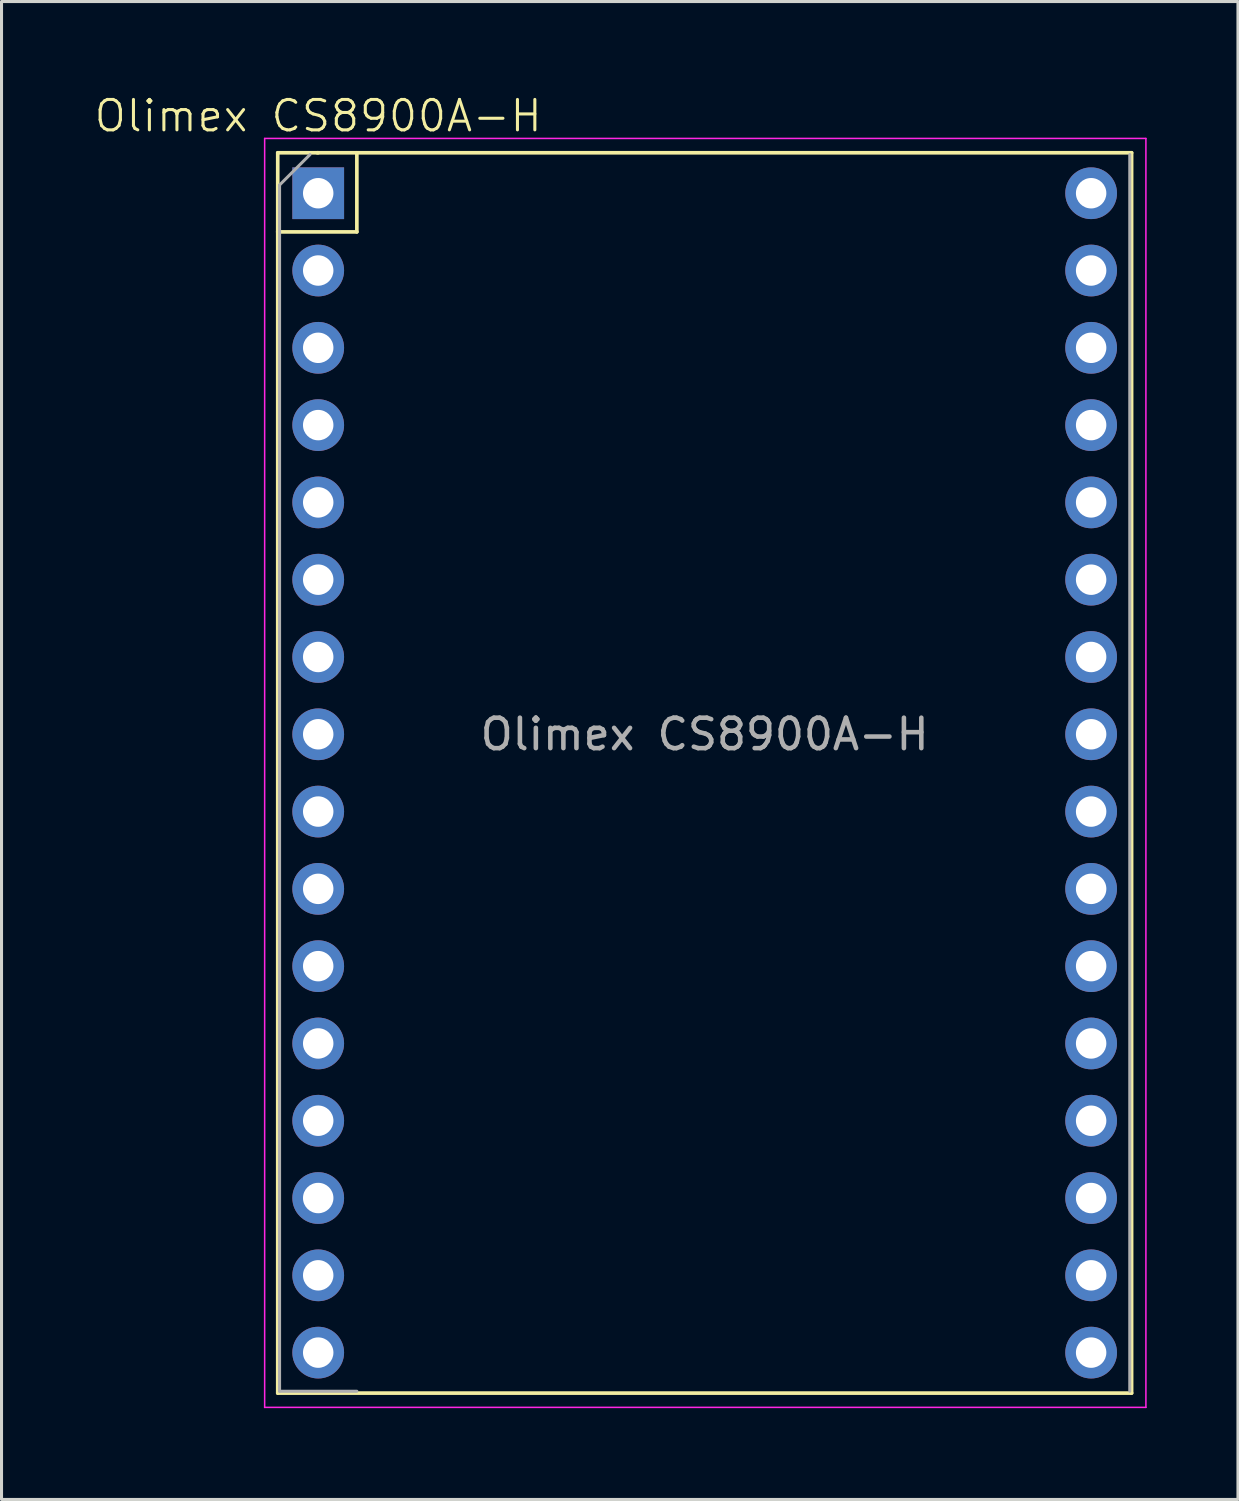
<source format=kicad_pcb>
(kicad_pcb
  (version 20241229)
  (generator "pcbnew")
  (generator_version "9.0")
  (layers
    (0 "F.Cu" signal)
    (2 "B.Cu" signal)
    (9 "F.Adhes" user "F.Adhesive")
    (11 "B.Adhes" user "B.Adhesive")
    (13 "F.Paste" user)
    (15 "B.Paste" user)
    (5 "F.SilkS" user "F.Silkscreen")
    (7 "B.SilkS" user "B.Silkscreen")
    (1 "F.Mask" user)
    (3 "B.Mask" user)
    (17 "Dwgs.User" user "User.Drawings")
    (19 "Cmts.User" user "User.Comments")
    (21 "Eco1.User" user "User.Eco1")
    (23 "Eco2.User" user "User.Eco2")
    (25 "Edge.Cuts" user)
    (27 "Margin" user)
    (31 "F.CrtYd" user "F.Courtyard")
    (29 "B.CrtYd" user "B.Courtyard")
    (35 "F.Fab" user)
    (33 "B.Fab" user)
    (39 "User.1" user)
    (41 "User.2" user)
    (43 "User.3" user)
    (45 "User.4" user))
  (footprint "Olimex CS8900A-H"
    (layer "F.Cu")
    (at 7.407 3.3)
    (property "Reference" "Olimex CS8900A-H" (at 0 -2.54 0) (unlocked yes) (layer "F.SilkS") (effects (font (size 1 1) (thickness 0.1))))
    (attr through_hole)
    (fp_line (start -1.33 -1.33) (end -1.33 1.27) (stroke (width 0.12) (type solid)) (layer "F.SilkS"))
    (fp_line (start -1.33 1.27) (end -1.33 39.43) (stroke (width 0.12) (type solid)) (layer "F.SilkS"))
    (fp_line (start -1.33 39.43) (end 26.73 39.43) (stroke (width 0.12) (type solid)) (layer "F.SilkS"))
    (fp_line (start -0.03 -1.33) (end 26.73 -1.33) (stroke (width 0.12) (type solid)) (layer "F.SilkS"))
    (fp_line (start 0 -1.33) (end -1.33 -1.33) (stroke (width 0.12) (type solid)) (layer "F.SilkS"))
    (fp_line (start 1.27 -1.33) (end 1.27 1.27) (stroke (width 0.12) (type solid)) (layer "F.SilkS"))
    (fp_line (start 1.27 1.27) (end -1.33 1.27) (stroke (width 0.12) (type solid)) (layer "F.SilkS"))
    (fp_line (start 26.73 -1.33) (end 26.73 39.43) (stroke (width 0.12) (type solid)) (layer "F.SilkS"))
    (fp_line (start -1.76 -1.8) (end -1.76 39.9) (stroke (width 0.05) (type solid)) (layer "F.CrtYd"))
    (fp_line (start -1.76 -1.8) (end 27.2 -1.8) (stroke (width 0.05) (type solid)) (layer "F.CrtYd"))
    (fp_line (start 27.2 39.9) (end -1.76 39.9) (stroke (width 0.05) (type solid)) (layer "F.CrtYd"))
    (fp_line (start 27.2 39.9) (end 27.2 -1.8) (stroke (width 0.05) (type solid)) (layer "F.CrtYd"))
    (fp_line (start -1.27 -0.27) (end -1.27 39.37) (stroke (width 0.1) (type solid)) (layer "F.Fab"))
    (fp_line (start -0.27 -1.27) (end -1.27 -0.27) (stroke (width 0.1) (type solid)) (layer "F.Fab"))
    (fp_line (start 1.27 39.37) (end -1.27 39.37) (stroke (width 0.1) (type solid)) (layer "F.Fab"))
    (fp_line (start 26.67 39.37) (end 26.67 -1.27) (stroke (width 0.1) (type solid)) (layer "F.Fab"))
    (fp_text user "${REFERENCE}" (at 12.7 17.78 0) (unlocked yes) (layer "F.Fab") (effects (font (size 1 1) (thickness 0.15))))
    (pad "1a" thru_hole rect (at 0 0) (size 1.7 1.7) (drill 1) (layers "*.Cu" "*.Mask"))
    (pad "1b" thru_hole oval (at 25.4 38.1) (size 1.7 1.7) (drill 1) (layers "*.Cu" "*.Mask"))
    (pad "2a" thru_hole oval (at 0 2.54) (size 1.7 1.7) (drill 1) (layers "*.Cu" "*.Mask"))
    (pad "2b" thru_hole oval (at 25.4 35.56) (size 1.7 1.7) (drill 1) (layers "*.Cu" "*.Mask"))
    (pad "3a" thru_hole oval (at 0 5.08) (size 1.7 1.7) (drill 1) (layers "*.Cu" "*.Mask"))
    (pad "3b" thru_hole oval (at 25.4 33.02) (size 1.7 1.7) (drill 1) (layers "*.Cu" "*.Mask"))
    (pad "4a" thru_hole oval (at 0 7.62) (size 1.7 1.7) (drill 1) (layers "*.Cu" "*.Mask"))
    (pad "4b" thru_hole oval (at 25.4 30.48) (size 1.7 1.7) (drill 1) (layers "*.Cu" "*.Mask"))
    (pad "5a" thru_hole oval (at 0 10.16) (size 1.7 1.7) (drill 1) (layers "*.Cu" "*.Mask"))
    (pad "5b" thru_hole oval (at 25.4 27.94) (size 1.7 1.7) (drill 1) (layers "*.Cu" "*.Mask"))
    (pad "6a" thru_hole oval (at 0 12.7) (size 1.7 1.7) (drill 1) (layers "*.Cu" "*.Mask"))
    (pad "6b" thru_hole oval (at 25.4 25.4) (size 1.7 1.7) (drill 1) (layers "*.Cu" "*.Mask"))
    (pad "7a" thru_hole oval (at 0 15.24) (size 1.7 1.7) (drill 1) (layers "*.Cu" "*.Mask"))
    (pad "7b" thru_hole oval (at 25.4 22.86) (size 1.7 1.7) (drill 1) (layers "*.Cu" "*.Mask"))
    (pad "8a" thru_hole oval (at 0 17.78) (size 1.7 1.7) (drill 1) (layers "*.Cu" "*.Mask"))
    (pad "8b" thru_hole oval (at 25.4 20.32) (size 1.7 1.7) (drill 1) (layers "*.Cu" "*.Mask"))
    (pad "9a" thru_hole oval (at 0 20.32) (size 1.7 1.7) (drill 1) (layers "*.Cu" "*.Mask"))
    (pad "9b" thru_hole oval (at 25.4 17.78) (size 1.7 1.7) (drill 1) (layers "*.Cu" "*.Mask"))
    (pad "10a" thru_hole oval (at 0 22.86) (size 1.7 1.7) (drill 1) (layers "*.Cu" "*.Mask"))
    (pad "10b" thru_hole oval (at 25.4 15.24) (size 1.7 1.7) (drill 1) (layers "*.Cu" "*.Mask"))
    (pad "11a" thru_hole oval (at 0 25.4) (size 1.7 1.7) (drill 1) (layers "*.Cu" "*.Mask"))
    (pad "11b" thru_hole oval (at 25.4 12.7) (size 1.7 1.7) (drill 1) (layers "*.Cu" "*.Mask"))
    (pad "12a" thru_hole oval (at 0 27.94) (size 1.7 1.7) (drill 1) (layers "*.Cu" "*.Mask"))
    (pad "12b" thru_hole oval (at 25.4 10.16) (size 1.7 1.7) (drill 1) (layers "*.Cu" "*.Mask"))
    (pad "13a" thru_hole oval (at 0 30.48) (size 1.7 1.7) (drill 1) (layers "*.Cu" "*.Mask"))
    (pad "13b" thru_hole oval (at 25.4 7.62) (size 1.7 1.7) (drill 1) (layers "*.Cu" "*.Mask"))
    (pad "14a" thru_hole oval (at 0 33.02) (size 1.7 1.7) (drill 1) (layers "*.Cu" "*.Mask"))
    (pad "14b" thru_hole oval (at 25.4 5.08) (size 1.7 1.7) (drill 1) (layers "*.Cu" "*.Mask"))
    (pad "15a" thru_hole oval (at 0 35.56) (size 1.7 1.7) (drill 1) (layers "*.Cu" "*.Mask"))
    (pad "15b" thru_hole oval (at 25.4 2.54) (size 1.7 1.7) (drill 1) (layers "*.Cu" "*.Mask"))
    (pad "16a" thru_hole oval (at 0 38.1) (size 1.7 1.7) (drill 1) (layers "*.Cu" "*.Mask"))
    (pad "16b" thru_hole oval (at 25.4 0) (size 1.7 1.7) (drill 1) (layers "*.Cu" "*.Mask")))
  (gr_rect
    (start -3 -3)
    (end 37.632 46.225)
    (stroke (width 0.1) (type default))
    (fill no)
    (layer "Edge.Cuts")))
</source>
